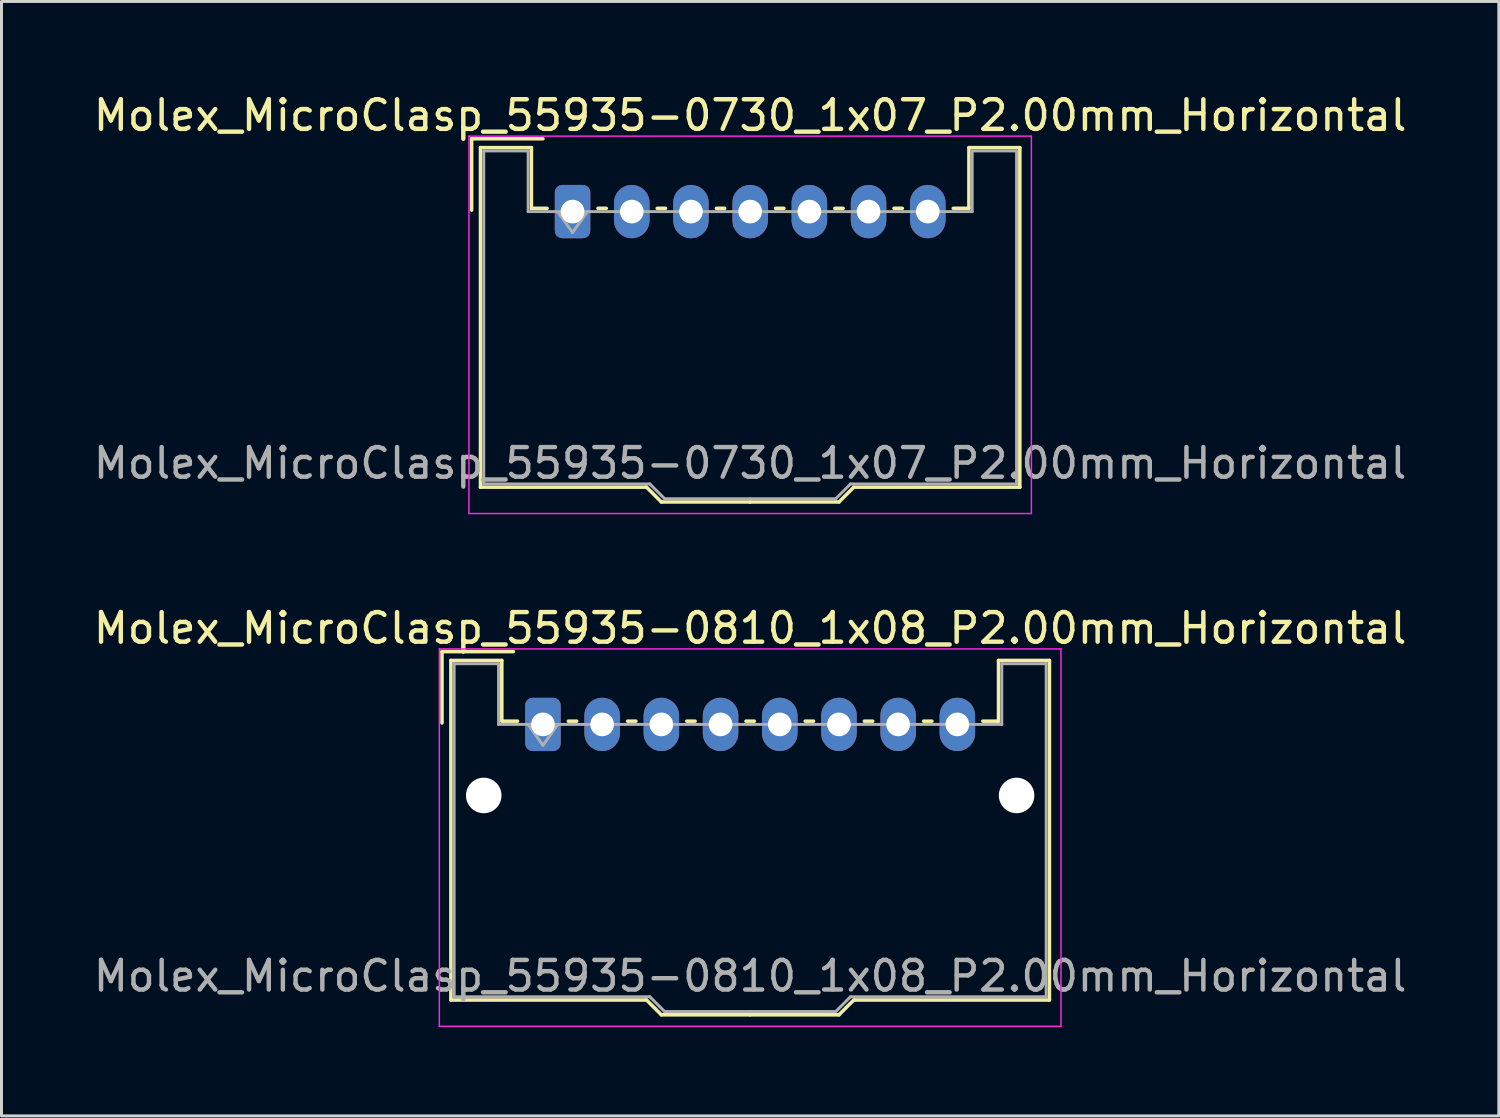
<source format=kicad_pcb>
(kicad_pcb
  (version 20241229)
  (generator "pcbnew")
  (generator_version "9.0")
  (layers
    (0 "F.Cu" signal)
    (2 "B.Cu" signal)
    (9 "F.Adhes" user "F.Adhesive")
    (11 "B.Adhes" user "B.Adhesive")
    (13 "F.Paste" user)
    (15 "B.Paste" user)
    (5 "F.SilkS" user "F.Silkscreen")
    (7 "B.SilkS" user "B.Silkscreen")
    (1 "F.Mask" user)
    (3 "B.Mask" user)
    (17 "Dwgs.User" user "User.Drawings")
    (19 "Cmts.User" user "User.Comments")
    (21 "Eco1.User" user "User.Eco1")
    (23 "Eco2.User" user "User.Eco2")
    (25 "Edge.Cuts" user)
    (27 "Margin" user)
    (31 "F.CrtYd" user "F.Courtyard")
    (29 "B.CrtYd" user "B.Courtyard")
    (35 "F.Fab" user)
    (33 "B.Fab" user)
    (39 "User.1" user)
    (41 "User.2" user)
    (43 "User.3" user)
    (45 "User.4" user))
  (footprint "Molex_MicroClasp_55935-0730_1x07_P2.00mm_Horizontal"
    (layer "F.Cu")
    (at 16.292 4.098)
    (property "Reference" "Molex_MicroClasp_55935-0730_1x07_P2.00mm_Horizontal" (at 6 -3.25 0) (layer "F.SilkS") (effects (font (size 1 1) (thickness 0.15))))
    (attr through_hole)
    (fp_line (start -3.41 -2.46) (end -1 -2.46) (stroke (width 0.12) (type solid)) (layer "F.SilkS"))
    (fp_line (start -3.41 -0.05) (end -3.41 -2.46) (stroke (width 0.12) (type solid)) (layer "F.SilkS"))
    (fp_line (start -3.11 -2.16) (end -1.39 -2.16) (stroke (width 0.12) (type solid)) (layer "F.SilkS"))
    (fp_line (start -3.11 9.31) (end -3.11 -2.16) (stroke (width 0.12) (type solid)) (layer "F.SilkS"))
    (fp_line (start -1.39 -2.16) (end -1.39 -0.11) (stroke (width 0.12) (type solid)) (layer "F.SilkS"))
    (fp_line (start -1.39 -0.11) (end -0.86 -0.11) (stroke (width 0.12) (type solid)) (layer "F.SilkS"))
    (fp_line (start 0.86 -0.11) (end 1.14 -0.11) (stroke (width 0.12) (type solid)) (layer "F.SilkS"))
    (fp_line (start 2.5 9.31) (end -3.11 9.31) (stroke (width 0.12) (type solid)) (layer "F.SilkS"))
    (fp_line (start 2.86 -0.11) (end 3.14 -0.11) (stroke (width 0.12) (type solid)) (layer "F.SilkS"))
    (fp_line (start 3 9.81) (end 2.5 9.31) (stroke (width 0.12) (type solid)) (layer "F.SilkS"))
    (fp_line (start 4.86 -0.11) (end 5.14 -0.11) (stroke (width 0.12) (type solid)) (layer "F.SilkS"))
    (fp_line (start 6 9.81) (end 3 9.81) (stroke (width 0.12) (type solid)) (layer "F.SilkS"))
    (fp_line (start 6 9.81) (end 9 9.81) (stroke (width 0.12) (type solid)) (layer "F.SilkS"))
    (fp_line (start 6.86 -0.11) (end 7.14 -0.11) (stroke (width 0.12) (type solid)) (layer "F.SilkS"))
    (fp_line (start 8.86 -0.11) (end 9.14 -0.11) (stroke (width 0.12) (type solid)) (layer "F.SilkS"))
    (fp_line (start 9 9.81) (end 9.5 9.31) (stroke (width 0.12) (type solid)) (layer "F.SilkS"))
    (fp_line (start 9.5 9.31) (end 15.11 9.31) (stroke (width 0.12) (type solid)) (layer "F.SilkS"))
    (fp_line (start 10.86 -0.11) (end 11.14 -0.11) (stroke (width 0.12) (type solid)) (layer "F.SilkS"))
    (fp_line (start 13.39 -2.16) (end 13.39 -0.11) (stroke (width 0.12) (type solid)) (layer "F.SilkS"))
    (fp_line (start 13.39 -0.11) (end 12.86 -0.11) (stroke (width 0.12) (type solid)) (layer "F.SilkS"))
    (fp_line (start 15.11 -2.16) (end 13.39 -2.16) (stroke (width 0.12) (type solid)) (layer "F.SilkS"))
    (fp_line (start 15.11 9.31) (end 15.11 -2.16) (stroke (width 0.12) (type solid)) (layer "F.SilkS"))
    (fp_line (start -3.5 -2.55) (end -3.5 10.2) (stroke (width 0.05) (type solid)) (layer "F.CrtYd"))
    (fp_line (start -3.5 10.2) (end 15.5 10.2) (stroke (width 0.05) (type solid)) (layer "F.CrtYd"))
    (fp_line (start 15.5 -2.55) (end -3.5 -2.55) (stroke (width 0.05) (type solid)) (layer "F.CrtYd"))
    (fp_line (start 15.5 10.2) (end 15.5 -2.55) (stroke (width 0.05) (type solid)) (layer "F.CrtYd"))
    (fp_line (start -3 -2.05) (end -1.5 -2.05) (stroke (width 0.1) (type solid)) (layer "F.Fab"))
    (fp_line (start -3 9.2) (end -3 -2.05) (stroke (width 0.1) (type solid)) (layer "F.Fab"))
    (fp_line (start -1.5 -2.05) (end -1.5 0) (stroke (width 0.1) (type solid)) (layer "F.Fab"))
    (fp_line (start -1.5 0) (end 6 0) (stroke (width 0.1) (type solid)) (layer "F.Fab"))
    (fp_line (start -0.5 0) (end 0 0.707) (stroke (width 0.1) (type solid)) (layer "F.Fab"))
    (fp_line (start 0 0.707) (end 0.5 0) (stroke (width 0.1) (type solid)) (layer "F.Fab"))
    (fp_line (start 2.61 9.2) (end -3 9.2) (stroke (width 0.1) (type solid)) (layer "F.Fab"))
    (fp_line (start 3.11 9.7) (end 2.61 9.2) (stroke (width 0.1) (type solid)) (layer "F.Fab"))
    (fp_line (start 6 9.7) (end 3.11 9.7) (stroke (width 0.1) (type solid)) (layer "F.Fab"))
    (fp_line (start 6 9.7) (end 8.89 9.7) (stroke (width 0.1) (type solid)) (layer "F.Fab"))
    (fp_line (start 8.89 9.7) (end 9.39 9.2) (stroke (width 0.1) (type solid)) (layer "F.Fab"))
    (fp_line (start 9.39 9.2) (end 15 9.2) (stroke (width 0.1) (type solid)) (layer "F.Fab"))
    (fp_line (start 13.5 -2.05) (end 13.5 0) (stroke (width 0.1) (type solid)) (layer "F.Fab"))
    (fp_line (start 13.5 0) (end 6 0) (stroke (width 0.1) (type solid)) (layer "F.Fab"))
    (fp_line (start 15 -2.05) (end 13.5 -2.05) (stroke (width 0.1) (type solid)) (layer "F.Fab"))
    (fp_line (start 15 9.2) (end 15 -2.05) (stroke (width 0.1) (type solid)) (layer "F.Fab"))
    (fp_text user "${REFERENCE}" (at 6 8.5 0) (layer "F.Fab") (effects (font (size 1 1) (thickness 0.15))))
    (pad "1" thru_hole roundrect (at 0 0) (size 1.2 1.8) (drill 0.8) (layers "*.Cu" "*.Mask") (roundrect_rratio 0.208))
    (pad "2" thru_hole oval (at 2 0) (size 1.2 1.8) (drill 0.8) (layers "*.Cu" "*.Mask"))
    (pad "3" thru_hole oval (at 4 0) (size 1.2 1.8) (drill 0.8) (layers "*.Cu" "*.Mask"))
    (pad "4" thru_hole oval (at 6 0) (size 1.2 1.8) (drill 0.8) (layers "*.Cu" "*.Mask"))
    (pad "5" thru_hole oval (at 8 0) (size 1.2 1.8) (drill 0.8) (layers "*.Cu" "*.Mask"))
    (pad "6" thru_hole oval (at 10 0) (size 1.2 1.8) (drill 0.8) (layers "*.Cu" "*.Mask"))
    (pad "7" thru_hole oval (at 12 0) (size 1.2 1.8) (drill 0.8) (layers "*.Cu" "*.Mask")))
  (footprint "Molex_MicroClasp_55935-0810_1x08_P2.00mm_Horizontal"
    (layer "F.Cu")
    (at 15.292 21.422)
    (property "Reference" "Molex_MicroClasp_55935-0810_1x08_P2.00mm_Horizontal" (at 7 -3.25 0) (layer "F.SilkS") (effects (font (size 1 1) (thickness 0.15))))
    (attr through_hole)
    (fp_line (start -3.41 -2.46) (end -1 -2.46) (stroke (width 0.12) (type solid)) (layer "F.SilkS"))
    (fp_line (start -3.41 -0.05) (end -3.41 -2.46) (stroke (width 0.12) (type solid)) (layer "F.SilkS"))
    (fp_line (start -3.11 -2.16) (end -1.39 -2.16) (stroke (width 0.12) (type solid)) (layer "F.SilkS"))
    (fp_line (start -3.11 9.31) (end -3.11 -2.16) (stroke (width 0.12) (type solid)) (layer "F.SilkS"))
    (fp_line (start -1.39 -2.16) (end -1.39 -0.11) (stroke (width 0.12) (type solid)) (layer "F.SilkS"))
    (fp_line (start -1.39 -0.11) (end -0.86 -0.11) (stroke (width 0.12) (type solid)) (layer "F.SilkS"))
    (fp_line (start 0.86 -0.11) (end 1.14 -0.11) (stroke (width 0.12) (type solid)) (layer "F.SilkS"))
    (fp_line (start 2.86 -0.11) (end 3.14 -0.11) (stroke (width 0.12) (type solid)) (layer "F.SilkS"))
    (fp_line (start 3.5 9.31) (end -3.11 9.31) (stroke (width 0.12) (type solid)) (layer "F.SilkS"))
    (fp_line (start 4 9.81) (end 3.5 9.31) (stroke (width 0.12) (type solid)) (layer "F.SilkS"))
    (fp_line (start 4.86 -0.11) (end 5.14 -0.11) (stroke (width 0.12) (type solid)) (layer "F.SilkS"))
    (fp_line (start 6.86 -0.11) (end 7.14 -0.11) (stroke (width 0.12) (type solid)) (layer "F.SilkS"))
    (fp_line (start 7 9.81) (end 4 9.81) (stroke (width 0.12) (type solid)) (layer "F.SilkS"))
    (fp_line (start 7 9.81) (end 10 9.81) (stroke (width 0.12) (type solid)) (layer "F.SilkS"))
    (fp_line (start 8.86 -0.11) (end 9.14 -0.11) (stroke (width 0.12) (type solid)) (layer "F.SilkS"))
    (fp_line (start 10 9.81) (end 10.5 9.31) (stroke (width 0.12) (type solid)) (layer "F.SilkS"))
    (fp_line (start 10.5 9.31) (end 17.11 9.31) (stroke (width 0.12) (type solid)) (layer "F.SilkS"))
    (fp_line (start 10.86 -0.11) (end 11.14 -0.11) (stroke (width 0.12) (type solid)) (layer "F.SilkS"))
    (fp_line (start 12.86 -0.11) (end 13.14 -0.11) (stroke (width 0.12) (type solid)) (layer "F.SilkS"))
    (fp_line (start 15.39 -2.16) (end 15.39 -0.11) (stroke (width 0.12) (type solid)) (layer "F.SilkS"))
    (fp_line (start 15.39 -0.11) (end 14.86 -0.11) (stroke (width 0.12) (type solid)) (layer "F.SilkS"))
    (fp_line (start 17.11 -2.16) (end 15.39 -2.16) (stroke (width 0.12) (type solid)) (layer "F.SilkS"))
    (fp_line (start 17.11 9.31) (end 17.11 -2.16) (stroke (width 0.12) (type solid)) (layer "F.SilkS"))
    (fp_line (start -3.5 -2.55) (end -3.5 10.2) (stroke (width 0.05) (type solid)) (layer "F.CrtYd"))
    (fp_line (start -3.5 10.2) (end 17.5 10.2) (stroke (width 0.05) (type solid)) (layer "F.CrtYd"))
    (fp_line (start 17.5 -2.55) (end -3.5 -2.55) (stroke (width 0.05) (type solid)) (layer "F.CrtYd"))
    (fp_line (start 17.5 10.2) (end 17.5 -2.55) (stroke (width 0.05) (type solid)) (layer "F.CrtYd"))
    (fp_line (start -3 -2.05) (end -1.5 -2.05) (stroke (width 0.1) (type solid)) (layer "F.Fab"))
    (fp_line (start -3 9.2) (end -3 -2.05) (stroke (width 0.1) (type solid)) (layer "F.Fab"))
    (fp_line (start -1.5 -2.05) (end -1.5 0) (stroke (width 0.1) (type solid)) (layer "F.Fab"))
    (fp_line (start -1.5 0) (end 7 0) (stroke (width 0.1) (type solid)) (layer "F.Fab"))
    (fp_line (start -0.5 0) (end 0 0.707) (stroke (width 0.1) (type solid)) (layer "F.Fab"))
    (fp_line (start 0 0.707) (end 0.5 0) (stroke (width 0.1) (type solid)) (layer "F.Fab"))
    (fp_line (start 3.61 9.2) (end -3 9.2) (stroke (width 0.1) (type solid)) (layer "F.Fab"))
    (fp_line (start 4.11 9.7) (end 3.61 9.2) (stroke (width 0.1) (type solid)) (layer "F.Fab"))
    (fp_line (start 7 9.7) (end 4.11 9.7) (stroke (width 0.1) (type solid)) (layer "F.Fab"))
    (fp_line (start 7 9.7) (end 9.89 9.7) (stroke (width 0.1) (type solid)) (layer "F.Fab"))
    (fp_line (start 9.89 9.7) (end 10.39 9.2) (stroke (width 0.1) (type solid)) (layer "F.Fab"))
    (fp_line (start 10.39 9.2) (end 17 9.2) (stroke (width 0.1) (type solid)) (layer "F.Fab"))
    (fp_line (start 15.5 -2.05) (end 15.5 0) (stroke (width 0.1) (type solid)) (layer "F.Fab"))
    (fp_line (start 15.5 0) (end 7 0) (stroke (width 0.1) (type solid)) (layer "F.Fab"))
    (fp_line (start 17 -2.05) (end 15.5 -2.05) (stroke (width 0.1) (type solid)) (layer "F.Fab"))
    (fp_line (start 17 9.2) (end 17 -2.05) (stroke (width 0.1) (type solid)) (layer "F.Fab"))
    (fp_text user "${REFERENCE}" (at 7 8.5 0) (layer "F.Fab") (effects (font (size 1 1) (thickness 0.15))))
    (pad "" np_thru_hole circle (at -2 2.4) (size 1.2 1.2) (drill 1.2) (layers "*.Cu" "*.Mask"))
    (pad "" np_thru_hole circle (at 16 2.4) (size 1.2 1.2) (drill 1.2) (layers "*.Cu" "*.Mask"))
    (pad "1" thru_hole roundrect (at 0 0) (size 1.2 1.8) (drill 0.8) (layers "*.Cu" "*.Mask") (roundrect_rratio 0.208))
    (pad "2" thru_hole oval (at 2 0) (size 1.2 1.8) (drill 0.8) (layers "*.Cu" "*.Mask"))
    (pad "3" thru_hole oval (at 4 0) (size 1.2 1.8) (drill 0.8) (layers "*.Cu" "*.Mask"))
    (pad "4" thru_hole oval (at 6 0) (size 1.2 1.8) (drill 0.8) (layers "*.Cu" "*.Mask"))
    (pad "5" thru_hole oval (at 8 0) (size 1.2 1.8) (drill 0.8) (layers "*.Cu" "*.Mask"))
    (pad "6" thru_hole oval (at 10 0) (size 1.2 1.8) (drill 0.8) (layers "*.Cu" "*.Mask"))
    (pad "7" thru_hole oval (at 12 0) (size 1.2 1.8) (drill 0.8) (layers "*.Cu" "*.Mask"))
    (pad "8" thru_hole oval (at 14 0) (size 1.2 1.8) (drill 0.8) (layers "*.Cu" "*.Mask")))
  (gr_rect
    (start -3 -3)
    (end 47.583 34.647)
    (stroke (width 0.1) (type default))
    (fill no)
    (layer "Edge.Cuts")))
</source>
